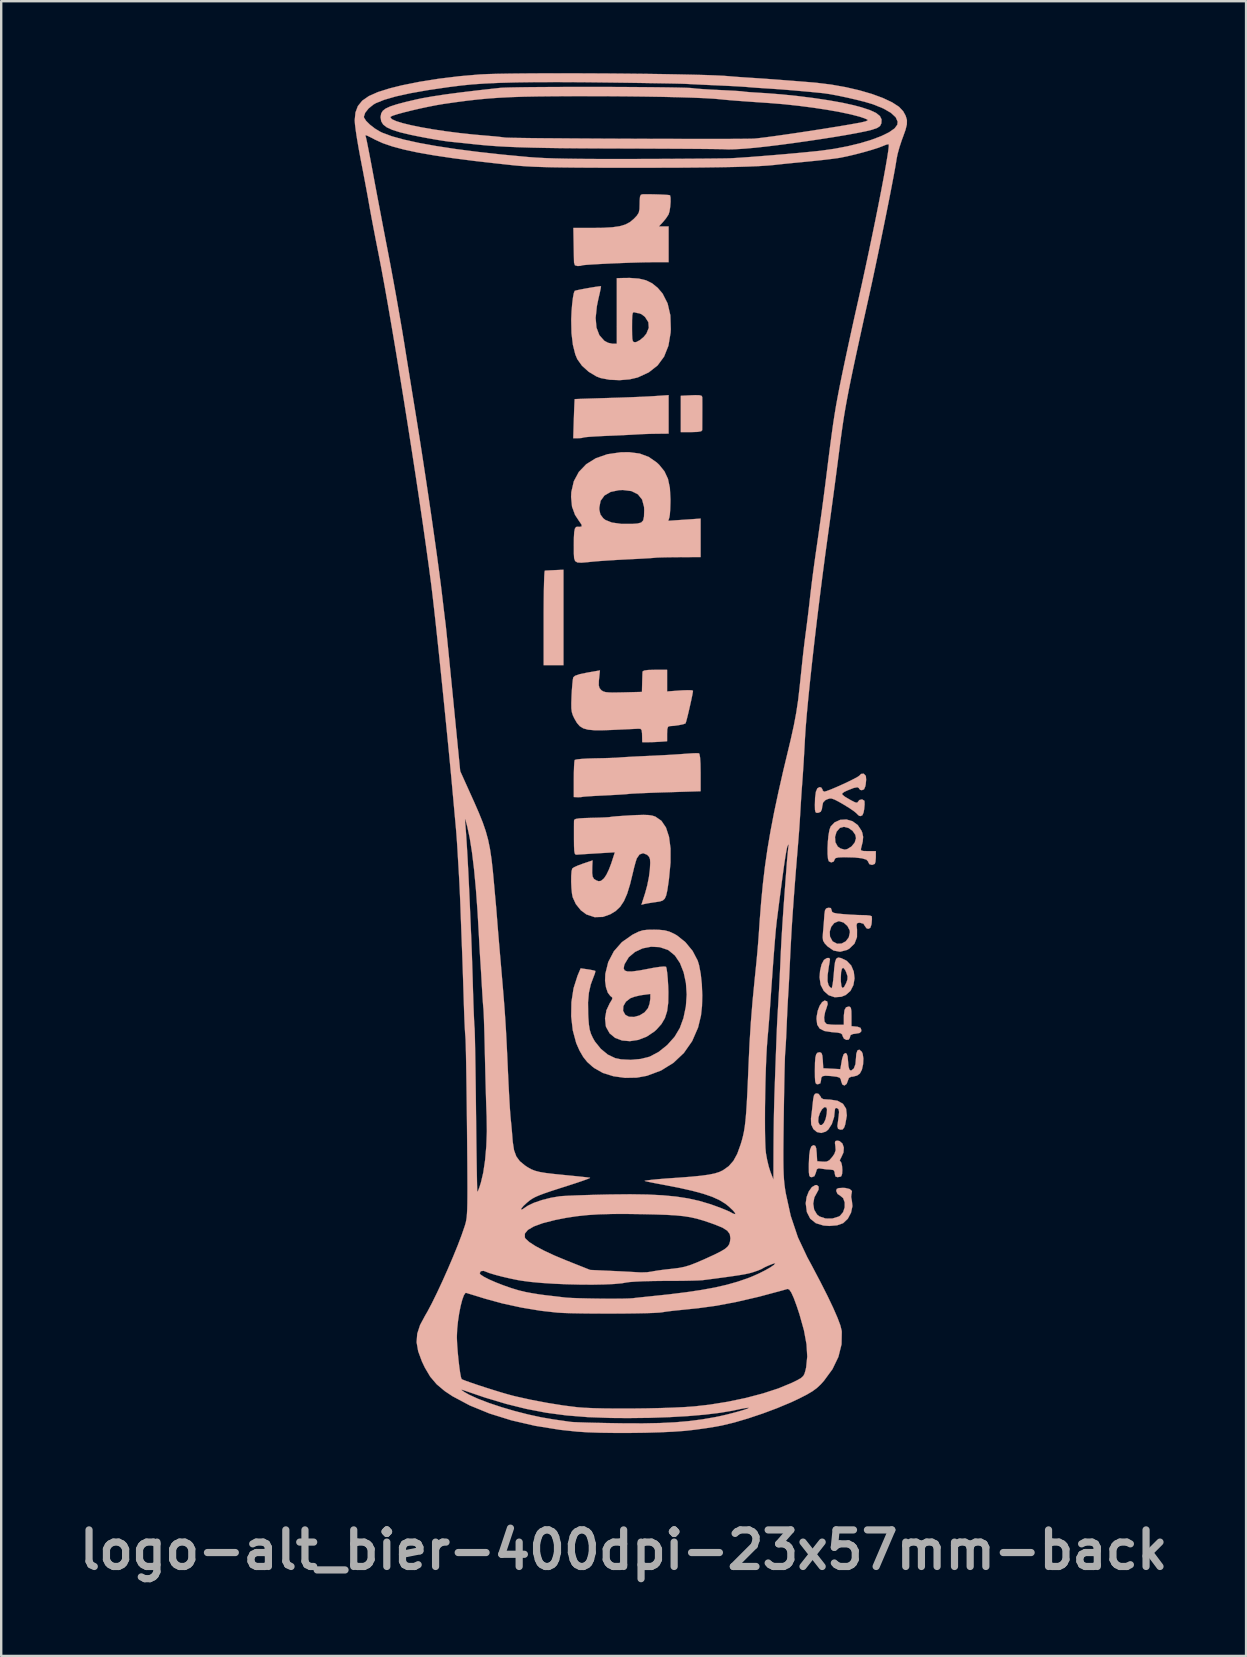
<source format=kicad_pcb>
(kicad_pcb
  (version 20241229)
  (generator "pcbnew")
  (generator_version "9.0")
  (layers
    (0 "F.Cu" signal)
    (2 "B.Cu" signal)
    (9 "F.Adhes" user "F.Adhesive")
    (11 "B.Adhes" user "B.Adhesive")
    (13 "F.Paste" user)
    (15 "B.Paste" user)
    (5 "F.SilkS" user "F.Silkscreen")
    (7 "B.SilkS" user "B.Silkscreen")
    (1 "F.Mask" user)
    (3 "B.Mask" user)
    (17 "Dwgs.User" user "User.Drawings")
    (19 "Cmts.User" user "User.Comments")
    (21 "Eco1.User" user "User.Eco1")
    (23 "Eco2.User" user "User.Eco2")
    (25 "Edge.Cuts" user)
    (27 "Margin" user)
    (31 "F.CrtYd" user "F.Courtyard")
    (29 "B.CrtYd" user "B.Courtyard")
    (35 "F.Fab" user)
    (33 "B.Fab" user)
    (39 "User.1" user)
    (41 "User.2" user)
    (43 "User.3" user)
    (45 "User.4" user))
  (footprint "logo-alt_bier-400dpi-23x57mm-back"
    (layer "F.Cu")
    (at 22.965 29.218)
    (property "Reference" "logo-alt_bier-400dpi-23x57mm-back" (at -0.025 32.325 0) (layer "F.Fab") (effects (font (size 1.524 1.524) (thickness 0.3))))
    (attr through_hole)
    (fp_poly (pts (xy -2.898 -8.508) (xy -3.104 -8.498) (xy -3.257 -8.49) (xy -3.31 -8.486) (xy -3.322 -8.424) (xy -3.333 -8.25) (xy -3.342 -7.98) (xy -3.35 -7.629) (xy -3.355 -7.212) (xy -3.358 -6.744) (xy -3.358 -6.513) (xy -3.358 -4.545) (xy -2.533 -4.545) (xy -2.533 -8.524) (xy -2.898 -8.508)) (stroke (width 0.01) (type solid)) (fill yes) (layer "B.SilkS"))
    (fp_poly (pts (xy 2.802 -15.795) (xy 2.357 -15.774) (xy 2.357 -14.26) (xy 2.801 -14.26) (xy 3.061 -14.269) (xy 3.206 -14.296) (xy 3.248 -14.339) (xy 3.25 -14.467) (xy 3.251 -14.676) (xy 3.252 -14.932) (xy 3.253 -15.199) (xy 3.253 -15.443) (xy 3.252 -15.629) (xy 3.251 -15.72) (xy 3.225 -15.771) (xy 3.138 -15.796) (xy 2.964 -15.801) (xy 2.802 -15.795)) (stroke (width 0.01) (type solid)) (fill yes) (layer "B.SilkS"))
    (fp_poly (pts (xy 1.262 -15.761) (xy 1.014 -15.746) (xy 0.67 -15.73) (xy 0.26 -15.713) (xy -0.186 -15.697) (xy -0.636 -15.683) (xy -0.691 -15.681) (xy -1.093 -15.669) (xy -1.448 -15.658) (xy -1.74 -15.648) (xy -1.948 -15.64) (xy -2.055 -15.635) (xy -2.065 -15.634) (xy -2.07 -15.571) (xy -2.078 -15.405) (xy -2.088 -15.161) (xy -2.098 -14.862) (xy -2.1 -14.816) (xy -2.125 -14.006) (xy -1.927 -14.006) (xy -1.779 -14.014) (xy -1.699 -14.035) (xy -1.699 -14.035) (xy -1.628 -14.048) (xy -1.454 -14.064) (xy -1.198 -14.08) (xy -0.884 -14.097) (xy -0.72 -14.104) (xy -0.355 -14.119) (xy -0.008 -14.135) (xy 0.288 -14.15) (xy 0.501 -14.162) (xy 0.547 -14.165) (xy 0.775 -14.177) (xy 1.067 -14.187) (xy 1.357 -14.192) (xy 1.849 -14.197) (xy 1.849 -15.801) (xy 1.262 -15.761)) (stroke (width 0.01) (type solid)) (fill yes) (layer "B.SilkS"))
    (fp_poly (pts (xy 7.963 17.121) (xy 7.819 17.206) (xy 7.692 17.384) (xy 7.601 17.617) (xy 7.564 17.871) (xy 7.564 17.884) (xy 7.611 18.245) (xy 7.751 18.519) (xy 7.983 18.707) (xy 8.305 18.806) (xy 8.548 18.823) (xy 8.873 18.796) (xy 9.111 18.712) (xy 9.128 18.702) (xy 9.318 18.522) (xy 9.451 18.271) (xy 9.51 17.996) (xy 9.487 17.779) (xy 9.456 17.613) (xy 9.469 17.491) (xy 9.473 17.483) (xy 9.49 17.369) (xy 9.397 17.285) (xy 9.21 17.24) (xy 9.112 17.236) (xy 8.937 17.245) (xy 8.855 17.281) (xy 8.834 17.36) (xy 8.834 17.365) (xy 8.891 17.491) (xy 8.987 17.551) (xy 9.122 17.662) (xy 9.188 17.841) (xy 9.187 18.049) (xy 9.121 18.248) (xy 8.992 18.4) (xy 8.941 18.431) (xy 8.668 18.515) (xy 8.387 18.512) (xy 8.141 18.429) (xy 8.037 18.35) (xy 7.915 18.146) (xy 7.876 17.892) (xy 7.922 17.635) (xy 8.015 17.465) (xy 8.098 17.311) (xy 8.102 17.185) (xy 8.03 17.12) (xy 7.963 17.121)) (stroke (width 0.01) (type solid)) (fill yes) (layer "B.SilkS"))
    (fp_poly (pts (xy 8.244 9.497) (xy 8.144 9.646) (xy 8.064 9.855) (xy 8.019 10.1) (xy 8.013 10.196) (xy 8.042 10.436) (xy 8.147 10.599) (xy 8.345 10.699) (xy 8.649 10.746) (xy 8.663 10.747) (xy 8.89 10.766) (xy 9.02 10.794) (xy 9.081 10.843) (xy 9.1 10.909) (xy 9.157 11.018) (xy 9.257 11.07) (xy 9.355 11.057) (xy 9.405 10.973) (xy 9.405 10.958) (xy 9.433 10.869) (xy 9.535 10.824) (xy 9.644 10.81) (xy 9.806 10.782) (xy 9.873 10.722) (xy 9.882 10.664) (xy 9.849 10.569) (xy 9.729 10.523) (xy 9.675 10.517) (xy 9.469 10.497) (xy 9.469 10.088) (xy 9.465 9.865) (xy 9.446 9.742) (xy 9.405 9.689) (xy 9.349 9.68) (xy 9.243 9.713) (xy 9.18 9.826) (xy 9.154 10.037) (xy 9.152 10.161) (xy 9.152 10.441) (xy 8.839 10.441) (xy 8.634 10.434) (xy 8.472 10.415) (xy 8.426 10.403) (xy 8.348 10.31) (xy 8.33 10.135) (xy 8.371 9.907) (xy 8.423 9.761) (xy 8.48 9.576) (xy 8.459 9.47) (xy 8.453 9.463) (xy 8.351 9.428) (xy 8.244 9.497)) (stroke (width 0.01) (type solid)) (fill yes) (layer "B.SilkS"))
    (fp_poly (pts (xy 8.833 7.69) (xy 8.784 7.832) (xy 8.752 8.078) (xy 8.736 8.283) (xy 8.712 8.549) (xy 8.684 8.76) (xy 8.655 8.89) (xy 8.638 8.918) (xy 8.57 8.868) (xy 8.512 8.781) (xy 8.472 8.622) (xy 8.476 8.368) (xy 8.526 8.009) (xy 8.555 7.848) (xy 8.574 7.707) (xy 8.543 7.655) (xy 8.447 7.658) (xy 8.322 7.737) (xy 8.224 7.921) (xy 8.161 8.191) (xy 8.14 8.46) (xy 8.185 8.777) (xy 8.318 9.03) (xy 8.519 9.207) (xy 8.769 9.292) (xy 9.046 9.273) (xy 9.23 9.199) (xy 9.429 9.025) (xy 9.551 8.783) (xy 9.597 8.505) (xy 9.587 8.417) (xy 9.306 8.417) (xy 9.301 8.554) (xy 9.251 8.695) (xy 9.163 8.864) (xy 9.096 8.909) (xy 9.05 8.831) (xy 9.027 8.631) (xy 9.024 8.508) (xy 9.037 8.246) (xy 9.074 8.097) (xy 9.131 8.065) (xy 9.206 8.155) (xy 9.249 8.246) (xy 9.306 8.417) (xy 9.587 8.417) (xy 9.566 8.224) (xy 9.46 7.971) (xy 9.278 7.78) (xy 9.217 7.744) (xy 9.037 7.66) (xy 8.914 7.637) (xy 8.833 7.69)) (stroke (width 0.01) (type solid)) (fill yes) (layer "B.SilkS"))
    (fp_poly (pts (xy 8.8 15.285) (xy 8.78 15.36) (xy 8.799 15.495) (xy 8.811 15.668) (xy 8.759 15.817) (xy 8.673 15.943) (xy 8.549 16.084) (xy 8.432 16.142) (xy 8.272 16.144) (xy 8.04 16.125) (xy 8.021 15.791) (xy 8.002 15.592) (xy 7.965 15.49) (xy 7.901 15.459) (xy 7.886 15.458) (xy 7.803 15.502) (xy 7.744 15.642) (xy 7.708 15.886) (xy 7.693 16.244) (xy 7.692 16.363) (xy 7.695 16.591) (xy 7.711 16.72) (xy 7.748 16.778) (xy 7.815 16.791) (xy 7.82 16.791) (xy 7.926 16.749) (xy 7.985 16.606) (xy 7.987 16.595) (xy 8.028 16.461) (xy 8.102 16.421) (xy 8.216 16.436) (xy 8.425 16.465) (xy 8.588 16.474) (xy 8.72 16.493) (xy 8.767 16.572) (xy 8.771 16.633) (xy 8.802 16.76) (xy 8.887 16.791) (xy 9.008 16.771) (xy 9.046 16.749) (xy 9.079 16.654) (xy 9.089 16.496) (xy 9.077 16.324) (xy 9.047 16.189) (xy 9.013 16.142) (xy 8.98 16.088) (xy 9.041 15.969) (xy 9.044 15.964) (xy 9.137 15.76) (xy 9.151 15.558) (xy 9.093 15.389) (xy 8.972 15.285) (xy 8.878 15.268) (xy 8.8 15.285)) (stroke (width 0.01) (type solid)) (fill yes) (layer "B.SilkS"))
    (fp_poly (pts (xy 0.777 -24.171) (xy 0.754 -24.17) (xy 0.691 -24.148) (xy 0.657 -24.07) (xy 0.644 -23.907) (xy 0.642 -23.778) (xy 0.636 -23.554) (xy 0.605 -23.406) (xy 0.53 -23.285) (xy 0.404 -23.151) (xy 0.241 -23.014) (xy 0.05 -22.912) (xy -0.188 -22.841) (xy -0.495 -22.797) (xy -0.89 -22.774) (xy -1.313 -22.769) (xy -2.12 -22.769) (xy -2.108 -22.118) (xy -2.103 -21.828) (xy -2.098 -21.573) (xy -2.094 -21.389) (xy -2.092 -21.324) (xy -2.054 -21.211) (xy -1.94 -21.181) (xy -1.814 -21.191) (xy -1.765 -21.207) (xy -1.694 -21.22) (xy -1.517 -21.235) (xy -1.255 -21.252) (xy -0.928 -21.27) (xy -0.559 -21.288) (xy -0.167 -21.304) (xy 0.226 -21.319) (xy 0.599 -21.33) (xy 0.932 -21.338) (xy 1.198 -21.34) (xy 1.849 -21.34) (xy 1.849 -22.832) (xy 1.444 -22.832) (xy 1.607 -23.007) (xy 1.74 -23.168) (xy 1.843 -23.324) (xy 1.848 -23.333) (xy 1.887 -23.462) (xy 1.916 -23.651) (xy 1.932 -23.855) (xy 1.93 -24.029) (xy 1.909 -24.127) (xy 1.906 -24.13) (xy 1.837 -24.142) (xy 1.674 -24.153) (xy 1.453 -24.163) (xy 1.207 -24.17) (xy 0.971 -24.173) (xy 0.777 -24.171)) (stroke (width 0.01) (type solid)) (fill yes) (layer "B.SilkS"))
    (fp_poly (pts (xy 2.838 -0.874) (xy 2.599 -0.858) (xy 2.534 -0.853) (xy 2.285 -0.835) (xy 1.948 -0.813) (xy 1.559 -0.792) (xy 1.156 -0.772) (xy 1 -0.765) (xy 0.637 -0.748) (xy 0.305 -0.732) (xy 0.032 -0.716) (xy -0.156 -0.704) (xy -0.215 -0.698) (xy -0.351 -0.689) (xy -0.582 -0.68) (xy -0.876 -0.671) (xy -1.202 -0.665) (xy -1.217 -0.665) (xy -1.525 -0.656) (xy -1.786 -0.64) (xy -1.973 -0.62) (xy -2.062 -0.597) (xy -2.065 -0.594) (xy -2.079 -0.51) (xy -2.091 -0.327) (xy -2.099 -0.072) (xy -2.102 0.207) (xy -2.102 0.948) (xy -1.937 0.955) (xy -1.808 0.953) (xy -1.754 0.943) (xy -1.688 0.933) (xy -1.518 0.92) (xy -1.267 0.904) (xy -0.96 0.888) (xy -0.848 0.883) (xy -0.512 0.866) (xy -0.211 0.849) (xy 0.028 0.833) (xy 0.175 0.82) (xy 0.195 0.817) (xy 0.303 0.808) (xy 0.516 0.797) (xy 0.816 0.784) (xy 1.179 0.769) (xy 1.587 0.755) (xy 1.767 0.75) (xy 3.183 0.706) (xy 3.183 -0.072) (xy 3.177 -0.444) (xy 3.16 -0.704) (xy 3.133 -0.847) (xy 3.113 -0.874) (xy 3.021 -0.88) (xy 2.838 -0.874)) (stroke (width 0.01) (type solid)) (fill yes) (layer "B.SilkS"))
    (fp_poly (pts (xy 7.951 13.316) (xy 7.906 13.387) (xy 7.875 13.538) (xy 7.858 13.696) (xy 7.83 13.958) (xy 7.8 14.212) (xy 7.782 14.347) (xy 7.791 14.594) (xy 7.882 14.786) (xy 8.03 14.91) (xy 8.211 14.949) (xy 8.402 14.889) (xy 8.507 14.801) (xy 8.652 14.574) (xy 8.746 14.282) (xy 8.771 14.048) (xy 8.781 13.974) (xy 8.45 13.974) (xy 8.438 14.149) (xy 8.437 14.156) (xy 8.391 14.373) (xy 8.317 14.532) (xy 8.232 14.617) (xy 8.153 14.616) (xy 8.095 14.514) (xy 8.084 14.459) (xy 8.095 14.298) (xy 8.154 14.118) (xy 8.24 13.963) (xy 8.334 13.877) (xy 8.363 13.87) (xy 8.427 13.891) (xy 8.45 13.974) (xy 8.781 13.974) (xy 8.788 13.926) (xy 8.85 13.906) (xy 8.873 13.914) (xy 8.935 13.965) (xy 8.953 14.074) (xy 8.937 14.245) (xy 8.91 14.452) (xy 8.887 14.622) (xy 8.882 14.664) (xy 8.911 14.774) (xy 9.005 14.811) (xy 9.103 14.801) (xy 9.169 14.714) (xy 9.211 14.589) (xy 9.276 14.222) (xy 9.245 13.937) (xy 9.115 13.732) (xy 8.886 13.605) (xy 8.555 13.554) (xy 8.483 13.553) (xy 8.302 13.54) (xy 8.211 13.492) (xy 8.181 13.426) (xy 8.099 13.32) (xy 8.022 13.299) (xy 7.951 13.316)) (stroke (width 0.01) (type solid)) (fill yes) (layer "B.SilkS"))
    (fp_poly (pts (xy 9.718 11.51) (xy 9.67 11.652) (xy 9.659 11.815) (xy 9.635 12.082) (xy 9.566 12.264) (xy 9.461 12.344) (xy 9.438 12.347) (xy 9.381 12.304) (xy 9.345 12.165) (xy 9.329 11.981) (xy 9.309 11.762) (xy 9.271 11.647) (xy 9.215 11.616) (xy 9.143 11.67) (xy 9.085 11.839) (xy 9.063 11.953) (xy 9.006 12.289) (xy 8.65 12.27) (xy 8.294 12.251) (xy 8.275 11.918) (xy 8.256 11.719) (xy 8.22 11.617) (xy 8.156 11.585) (xy 8.139 11.585) (xy 8.056 11.602) (xy 8 11.668) (xy 7.966 11.803) (xy 7.949 12.025) (xy 7.945 12.352) (xy 7.947 12.622) (xy 7.957 12.789) (xy 7.981 12.878) (xy 8.023 12.913) (xy 8.072 12.918) (xy 8.172 12.88) (xy 8.199 12.763) (xy 8.211 12.646) (xy 8.264 12.582) (xy 8.384 12.562) (xy 8.597 12.574) (xy 8.66 12.581) (xy 8.865 12.607) (xy 8.975 12.644) (xy 9.023 12.708) (xy 9.037 12.783) (xy 9.09 12.93) (xy 9.179 12.97) (xy 9.268 12.903) (xy 9.309 12.795) (xy 9.362 12.655) (xy 9.461 12.604) (xy 9.528 12.601) (xy 9.703 12.555) (xy 9.819 12.473) (xy 9.904 12.312) (xy 9.954 12.087) (xy 9.966 11.847) (xy 9.936 11.643) (xy 9.896 11.559) (xy 9.796 11.476) (xy 9.718 11.51)) (stroke (width 0.01) (type solid)) (fill yes) (layer "B.SilkS"))
    (fp_poly (pts (xy 8.999 1.899) (xy 8.764 2.007) (xy 8.602 2.178) (xy 8.553 2.313) (xy 8.514 2.53) (xy 8.487 2.794) (xy 8.473 3.072) (xy 8.474 3.327) (xy 8.492 3.525) (xy 8.527 3.627) (xy 8.628 3.674) (xy 8.73 3.636) (xy 8.771 3.545) (xy 8.805 3.494) (xy 8.924 3.466) (xy 9.146 3.457) (xy 9.174 3.457) (xy 9.599 3.467) (xy 9.903 3.501) (xy 10.09 3.557) (xy 10.166 3.638) (xy 10.168 3.656) (xy 10.217 3.746) (xy 10.328 3.778) (xy 10.439 3.735) (xy 10.443 3.732) (xy 10.47 3.646) (xy 10.484 3.487) (xy 10.485 3.446) (xy 10.485 3.203) (xy 10.16 3.203) (xy 9.971 3.198) (xy 9.88 3.177) (xy 9.861 3.124) (xy 9.876 3.06) (xy 9.94 2.8) (xy 9.951 2.663) (xy 9.659 2.663) (xy 9.605 2.845) (xy 9.468 3.011) (xy 9.291 3.119) (xy 9.186 3.139) (xy 9.019 3.095) (xy 8.898 3.012) (xy 8.799 2.832) (xy 8.784 2.611) (xy 8.848 2.396) (xy 8.984 2.237) (xy 8.986 2.235) (xy 9.157 2.189) (xy 9.344 2.236) (xy 9.514 2.354) (xy 9.629 2.52) (xy 9.659 2.663) (xy 9.951 2.663) (xy 9.956 2.611) (xy 9.924 2.447) (xy 9.891 2.358) (xy 9.733 2.117) (xy 9.513 1.957) (xy 9.258 1.883) (xy 8.999 1.899)) (stroke (width 0.01) (type solid)) (fill yes) (layer "B.SilkS"))
    (fp_poly (pts (xy 8.413 5.593) (xy 8.366 5.673) (xy 8.342 5.837) (xy 8.338 5.901) (xy 8.32 6.158) (xy 8.296 6.45) (xy 8.284 6.584) (xy 8.27 6.796) (xy 8.287 6.932) (xy 8.351 7.043) (xy 8.472 7.172) (xy 8.723 7.346) (xy 8.995 7.396) (xy 9.279 7.322) (xy 9.383 7.264) (xy 9.595 7.059) (xy 9.7 6.787) (xy 9.701 6.584) (xy 9.405 6.584) (xy 9.357 6.8) (xy 9.231 6.962) (xy 9.059 7.054) (xy 8.871 7.062) (xy 8.697 6.971) (xy 8.673 6.946) (xy 8.575 6.762) (xy 8.564 6.553) (xy 8.627 6.353) (xy 8.751 6.199) (xy 8.924 6.125) (xy 8.959 6.123) (xy 9.141 6.179) (xy 9.3 6.32) (xy 9.395 6.502) (xy 9.405 6.584) (xy 9.701 6.584) (xy 9.701 6.471) (xy 9.682 6.297) (xy 9.698 6.214) (xy 9.764 6.189) (xy 9.825 6.187) (xy 9.972 6.23) (xy 10.022 6.314) (xy 10.096 6.417) (xy 10.168 6.441) (xy 10.253 6.401) (xy 10.301 6.266) (xy 10.31 6.203) (xy 10.323 6.036) (xy 10.317 5.927) (xy 10.314 5.917) (xy 10.24 5.89) (xy 10.081 5.873) (xy 9.951 5.87) (xy 9.712 5.864) (xy 9.413 5.849) (xy 9.129 5.828) (xy 8.881 5.804) (xy 8.734 5.775) (xy 8.664 5.735) (xy 8.644 5.675) (xy 8.643 5.665) (xy 8.61 5.574) (xy 8.501 5.563) (xy 8.413 5.593)) (stroke (width 0.01) (type solid)) (fill yes) (layer "B.SilkS"))
    (fp_poly (pts (xy 9.869 -0.014) (xy 9.806 0.051) (xy 9.733 0.104) (xy 9.571 0.192) (xy 9.349 0.303) (xy 9.095 0.422) (xy 8.837 0.537) (xy 8.604 0.635) (xy 8.425 0.702) (xy 8.33 0.726) (xy 8.27 0.675) (xy 8.262 0.631) (xy 8.21 0.552) (xy 8.143 0.535) (xy 8.05 0.582) (xy 7.987 0.728) (xy 7.953 0.983) (xy 7.945 1.278) (xy 7.949 1.476) (xy 7.97 1.576) (xy 8.021 1.608) (xy 8.088 1.604) (xy 8.189 1.562) (xy 8.238 1.45) (xy 8.25 1.351) (xy 8.286 1.179) (xy 8.379 1.08) (xy 8.455 1.043) (xy 8.551 1.012) (xy 8.645 1.012) (xy 8.766 1.054) (xy 8.943 1.145) (xy 9.155 1.268) (xy 9.384 1.409) (xy 9.568 1.535) (xy 9.681 1.627) (xy 9.704 1.656) (xy 9.787 1.73) (xy 9.848 1.742) (xy 9.925 1.708) (xy 9.975 1.589) (xy 10 1.45) (xy 10.017 1.263) (xy 10.013 1.13) (xy 10.005 1.1) (xy 9.911 1.046) (xy 9.799 1.073) (xy 9.746 1.138) (xy 9.707 1.183) (xy 9.624 1.171) (xy 9.471 1.095) (xy 9.415 1.064) (xy 9.202 0.939) (xy 9.094 0.855) (xy 9.086 0.793) (xy 9.173 0.732) (xy 9.312 0.668) (xy 9.565 0.569) (xy 9.72 0.54) (xy 9.784 0.579) (xy 9.787 0.599) (xy 9.839 0.652) (xy 9.905 0.662) (xy 9.993 0.627) (xy 10.047 0.501) (xy 10.064 0.414) (xy 10.081 0.227) (xy 10.071 0.084) (xy 10.065 0.064) (xy 9.981 -0.025) (xy 9.869 -0.014)) (stroke (width 0.01) (type solid)) (fill yes) (layer "B.SilkS"))
    (fp_poly (pts (xy 0.997 -4.347) (xy 0.83 -4.324) (xy 0.765 -4.283) (xy 0.763 -4.275) (xy 0.758 -4.172) (xy 0.752 -3.986) (xy 0.747 -3.814) (xy 0.738 -3.433) (xy -0.046 -3.413) (xy -0.382 -3.407) (xy -0.616 -3.409) (xy -0.772 -3.423) (xy -0.873 -3.452) (xy -0.945 -3.497) (xy -0.958 -3.508) (xy -1.032 -3.596) (xy -1.062 -3.709) (xy -1.058 -3.89) (xy -1.05 -3.976) (xy -1.013 -4.329) (xy -1.548 -4.236) (xy -1.859 -4.171) (xy -2.049 -4.105) (xy -2.123 -4.042) (xy -2.143 -3.939) (xy -2.164 -3.741) (xy -2.184 -3.479) (xy -2.195 -3.275) (xy -2.206 -2.966) (xy -2.204 -2.75) (xy -2.184 -2.593) (xy -2.143 -2.461) (xy -2.077 -2.322) (xy -1.97 -2.139) (xy -1.853 -2.005) (xy -1.706 -1.914) (xy -1.508 -1.859) (xy -1.239 -1.835) (xy -0.88 -1.835) (xy -0.532 -1.847) (xy -0.185 -1.863) (xy 0.129 -1.877) (xy 0.38 -1.889) (xy 0.543 -1.897) (xy 0.579 -1.899) (xy 0.677 -1.894) (xy 0.725 -1.84) (xy 0.742 -1.704) (xy 0.744 -1.623) (xy 0.75 -1.338) (xy 0.998 -1.337) (xy 1.234 -1.342) (xy 1.485 -1.355) (xy 1.516 -1.357) (xy 1.786 -1.377) (xy 1.786 -1.691) (xy 1.794 -1.883) (xy 1.826 -1.979) (xy 1.891 -2.007) (xy 1.897 -2.007) (xy 2.082 -2.02) (xy 2.282 -2.049) (xy 2.453 -2.084) (xy 2.549 -2.118) (xy 2.553 -2.122) (xy 2.579 -2.194) (xy 2.623 -2.358) (xy 2.678 -2.583) (xy 2.736 -2.836) (xy 2.792 -3.086) (xy 2.836 -3.299) (xy 2.862 -3.444) (xy 2.865 -3.483) (xy 2.807 -3.501) (xy 2.651 -3.506) (xy 2.426 -3.499) (xy 2.325 -3.492) (xy 1.786 -3.452) (xy 1.786 -4.354) (xy 1.278 -4.354) (xy 0.997 -4.347)) (stroke (width 0.01) (type solid)) (fill yes) (layer "B.SilkS"))
    (fp_poly (pts (xy -0.104 -20.681) (xy -0.31 -20.674) (xy -0.31 -17.943) (xy -0.492 -17.943) (xy -0.675 -17.983) (xy -0.833 -18.068) (xy -1.039 -18.303) (xy -1.158 -18.618) (xy -1.192 -19.018) (xy -1.141 -19.506) (xy -1.077 -19.816) (xy -1.022 -20.051) (xy -0.985 -20.232) (xy -0.969 -20.33) (xy -0.97 -20.339) (xy -1.035 -20.336) (xy -1.19 -20.315) (xy -1.398 -20.281) (xy -1.625 -20.241) (xy -1.835 -20.201) (xy -1.994 -20.167) (xy -2.065 -20.146) (xy -2.065 -20.146) (xy -2.102 -20.052) (xy -2.138 -19.859) (xy -2.17 -19.596) (xy -2.195 -19.29) (xy -2.209 -18.971) (xy -2.21 -18.933) (xy -2.198 -18.385) (xy -2.14 -17.899) (xy -2.039 -17.497) (xy -1.958 -17.302) (xy -1.761 -17.026) (xy -1.481 -16.774) (xy -1.161 -16.581) (xy -0.984 -16.513) (xy -0.612 -16.442) (xy -0.19 -16.425) (xy 0.226 -16.459) (xy 0.56 -16.537) (xy 1.024 -16.751) (xy 1.39 -17.039) (xy 1.661 -17.407) (xy 1.841 -17.86) (xy 1.932 -18.401) (xy 1.941 -18.547) (xy 1.939 -18.605) (xy 1.023 -18.605) (xy 0.924 -18.363) (xy 0.808 -18.222) (xy 0.652 -18.093) (xy 0.508 -18.016) (xy 0.458 -18.006) (xy 0.398 -18.014) (xy 0.359 -18.051) (xy 0.337 -18.142) (xy 0.328 -18.308) (xy 0.325 -18.573) (xy 0.325 -18.648) (xy 0.327 -18.94) (xy 0.336 -19.125) (xy 0.356 -19.224) (xy 0.389 -19.258) (xy 0.425 -19.252) (xy 0.571 -19.217) (xy 0.619 -19.213) (xy 0.724 -19.171) (xy 0.856 -19.069) (xy 0.868 -19.057) (xy 1.005 -18.842) (xy 1.023 -18.605) (xy 1.939 -18.605) (xy 1.922 -19.127) (xy 1.807 -19.623) (xy 1.598 -20.034) (xy 1.394 -20.273) (xy 1.164 -20.459) (xy 0.911 -20.585) (xy 0.607 -20.658) (xy 0.227 -20.685) (xy -0.104 -20.681)) (stroke (width 0.01) (type solid)) (fill yes) (layer "B.SilkS"))
    (fp_poly (pts (xy -0.145 -13.419) (xy -0.704 -13.338) (xy -1.186 -13.17) (xy -1.584 -12.922) (xy -1.892 -12.601) (xy -2.101 -12.212) (xy -2.205 -11.763) (xy -2.215 -11.559) (xy -2.176 -11.155) (xy -2.051 -10.811) (xy -1.887 -10.561) (xy -1.782 -10.409) (xy -1.772 -10.331) (xy -1.86 -10.31) (xy -1.94 -10.317) (xy -2.009 -10.305) (xy -2.056 -10.237) (xy -2.085 -10.095) (xy -2.098 -9.863) (xy -2.101 -9.521) (xy -2.1 -9.506) (xy -2.1 -9.208) (xy -2.089 -9.006) (xy -2.046 -8.885) (xy -1.952 -8.828) (xy -1.785 -8.818) (xy -1.526 -8.84) (xy -1.294 -8.864) (xy -1.043 -8.885) (xy -0.703 -8.909) (xy -0.316 -8.933) (xy 0.081 -8.954) (xy 0.198 -8.96) (xy 0.545 -8.977) (xy 0.85 -8.994) (xy 1.091 -9.008) (xy 1.242 -9.02) (xy 1.278 -9.024) (xy 1.373 -9.032) (xy 1.57 -9.038) (xy 1.842 -9.044) (xy 2.163 -9.047) (xy 2.278 -9.048) (xy 3.183 -9.053) (xy 3.183 -10.656) (xy 1.836 -10.564) (xy 1.881 -10.705) (xy 1.901 -10.829) (xy 1.914 -11.009) (xy 0.832 -11.009) (xy 0.824 -10.744) (xy 0.789 -10.579) (xy 0.704 -10.49) (xy 0.55 -10.45) (xy 0.366 -10.437) (xy -0.131 -10.437) (xy -0.515 -10.491) (xy -0.785 -10.598) (xy -0.876 -10.67) (xy -0.993 -10.827) (xy -1.037 -11.019) (xy -1.04 -11.112) (xy -0.985 -11.397) (xy -0.826 -11.617) (xy -0.569 -11.767) (xy -0.221 -11.84) (xy -0.055 -11.847) (xy 0.302 -11.802) (xy 0.569 -11.668) (xy 0.745 -11.448) (xy 0.826 -11.142) (xy 0.832 -11.009) (xy 1.914 -11.009) (xy 1.916 -11.043) (xy 1.925 -11.312) (xy 1.927 -11.461) (xy 1.902 -11.933) (xy 1.822 -12.313) (xy 1.675 -12.627) (xy 1.453 -12.901) (xy 1.354 -12.994) (xy 1.022 -13.225) (xy 0.644 -13.366) (xy 0.199 -13.424) (xy -0.145 -13.419)) (stroke (width 0.01) (type solid)) (fill yes) (layer "B.SilkS"))
    (fp_poly (pts (xy 0.508 1.7) (xy 0.266 1.712) (xy -0.039 1.731) (xy -0.297 1.749) (xy -0.481 1.765) (xy -0.567 1.777) (xy -0.569 1.778) (xy -0.644 1.788) (xy -0.818 1.798) (xy -1.067 1.808) (xy -1.347 1.815) (xy -1.67 1.825) (xy -1.887 1.839) (xy -2.016 1.86) (xy -2.078 1.892) (xy -2.092 1.929) (xy -2.094 2.031) (xy -2.095 2.229) (xy -2.095 2.49) (xy -2.095 2.695) (xy -2.092 2.993) (xy -2.083 3.186) (xy -2.064 3.296) (xy -2.031 3.343) (xy -1.981 3.35) (xy -1.981 3.35) (xy -1.876 3.342) (xy -1.674 3.329) (xy -1.405 3.312) (xy -1.13 3.295) (xy -0.391 3.251) (xy -0.543 3.719) (xy -0.638 3.968) (xy -0.744 4.188) (xy -0.841 4.333) (xy -0.849 4.341) (xy -0.969 4.442) (xy -1.071 4.456) (xy -1.164 4.422) (xy -1.261 4.361) (xy -1.316 4.267) (xy -1.337 4.112) (xy -1.333 3.864) (xy -1.332 3.825) (xy -1.32 3.59) (xy -1.72 3.724) (xy -1.931 3.802) (xy -2.093 3.876) (xy -2.166 3.927) (xy -2.195 4.037) (xy -2.21 4.235) (xy -2.212 4.482) (xy -2.2 4.742) (xy -2.177 4.975) (xy -2.149 5.121) (xy -2.017 5.409) (xy -1.809 5.668) (xy -1.579 5.839) (xy -1.236 5.954) (xy -0.89 5.944) (xy -0.58 5.834) (xy -0.354 5.696) (xy -0.169 5.52) (xy -0.014 5.287) (xy 0.121 4.98) (xy 0.244 4.58) (xy 0.355 4.123) (xy 0.415 3.873) (xy 0.476 3.65) (xy 0.523 3.506) (xy 0.637 3.342) (xy 0.787 3.288) (xy 0.95 3.353) (xy 0.972 3.371) (xy 1.039 3.446) (xy 1.074 3.54) (xy 1.083 3.689) (xy 1.071 3.926) (xy 1.069 3.965) (xy 1.03 4.274) (xy 0.96 4.625) (xy 0.875 4.939) (xy 0.716 5.436) (xy 0.854 5.402) (xy 0.996 5.375) (xy 1.205 5.342) (xy 1.33 5.324) (xy 1.492 5.299) (xy 1.608 5.258) (xy 1.69 5.181) (xy 1.748 5.048) (xy 1.795 4.838) (xy 1.841 4.532) (xy 1.864 4.363) (xy 1.929 3.68) (xy 1.93 3.092) (xy 1.866 2.604) (xy 1.739 2.218) (xy 1.548 1.937) (xy 1.297 1.764) (xy 1.17 1.723) (xy 1.014 1.699) (xy 0.802 1.692) (xy 0.508 1.7)) (stroke (width 0.01) (type solid)) (fill yes) (layer "B.SilkS"))
    (fp_poly (pts (xy 0.973 6.48) (xy 0.775 6.503) (xy 0.599 6.559) (xy 0.394 6.66) (xy 0.336 6.691) (xy -0.095 6.993) (xy -0.432 7.376) (xy -0.667 7.827) (xy -0.788 8.316) (xy -0.799 8.602) (xy -0.761 8.876) (xy -0.685 9.101) (xy -0.579 9.24) (xy -0.57 9.246) (xy -0.502 9.3) (xy -0.498 9.363) (xy -0.562 9.476) (xy -0.601 9.535) (xy -0.741 9.834) (xy -0.8 10.171) (xy -0.768 10.492) (xy -0.756 10.533) (xy -0.608 10.798) (xy -0.38 10.985) (xy -0.092 11.094) (xy 0.236 11.122) (xy 0.584 11.07) (xy 0.931 10.936) (xy 1.256 10.719) (xy 1.349 10.635) (xy 1.551 10.408) (xy 1.695 10.162) (xy 1.787 9.873) (xy 1.833 9.52) (xy 1.836 9.357) (xy 1.087 9.357) (xy 1.056 9.562) (xy 0.988 9.751) (xy 0.844 9.924) (xy 0.64 10.049) (xy 0.412 10.113) (xy 0.198 10.106) (xy 0.044 10.024) (xy -0.049 9.854) (xy -0.036 9.66) (xy 0.071 9.475) (xy 0.253 9.334) (xy 0.424 9.271) (xy 0.651 9.216) (xy 0.76 9.199) (xy 1.087 9.155) (xy 1.087 9.357) (xy 1.836 9.357) (xy 1.84 9.077) (xy 1.832 8.833) (xy 1.814 8.533) (xy 1.791 8.281) (xy 1.765 8.101) (xy 1.742 8.023) (xy 1.659 8.011) (xy 1.48 8.026) (xy 1.231 8.063) (xy 1.054 8.097) (xy 0.642 8.175) (xy 0.34 8.216) (xy 0.137 8.218) (xy 0.02 8.179) (xy -0.023 8.096) (xy -0.003 7.967) (xy 0.017 7.907) (xy 0.188 7.624) (xy 0.447 7.404) (xy 0.766 7.255) (xy 1.119 7.186) (xy 1.478 7.204) (xy 1.816 7.318) (xy 1.848 7.335) (xy 2.112 7.552) (xy 2.322 7.866) (xy 2.476 8.255) (xy 2.571 8.699) (xy 2.603 9.179) (xy 2.569 9.673) (xy 2.467 10.162) (xy 2.317 10.574) (xy 2.098 10.941) (xy 1.791 11.284) (xy 1.433 11.571) (xy 1.06 11.768) (xy 1.055 11.77) (xy 0.688 11.863) (xy 0.273 11.901) (xy -0.133 11.88) (xy -0.382 11.828) (xy -0.686 11.682) (xy -0.977 11.441) (xy -1.223 11.136) (xy -1.307 10.99) (xy -1.387 10.816) (xy -1.44 10.641) (xy -1.474 10.428) (xy -1.496 10.141) (xy -1.503 9.983) (xy -1.509 9.503) (xy -1.474 9.107) (xy -1.395 8.758) (xy -1.283 8.456) (xy -1.224 8.303) (xy -1.202 8.207) (xy -1.205 8.195) (xy -1.278 8.173) (xy -1.433 8.143) (xy -1.523 8.129) (xy -1.816 8.087) (xy -1.945 8.391) (xy -2.112 8.916) (xy -2.201 9.492) (xy -2.211 10.087) (xy -2.145 10.667) (xy -2.002 11.2) (xy -1.868 11.506) (xy -1.709 11.781) (xy -1.544 11.988) (xy -1.33 12.18) (xy -1.249 12.243) (xy -0.888 12.447) (xy -0.45 12.584) (xy 0.032 12.651) (xy 0.525 12.642) (xy 0.943 12.566) (xy 1.535 12.345) (xy 2.052 12.024) (xy 2.486 11.613) (xy 2.831 11.12) (xy 3.077 10.554) (xy 3.198 10.053) (xy 3.241 9.657) (xy 3.252 9.212) (xy 3.234 8.754) (xy 3.188 8.321) (xy 3.118 7.952) (xy 3.061 7.765) (xy 2.849 7.361) (xy 2.55 6.998) (xy 2.195 6.714) (xy 2.079 6.648) (xy 1.877 6.556) (xy 1.682 6.504) (xy 1.443 6.481) (xy 1.246 6.476) (xy 0.973 6.48)) (stroke (width 0.01) (type solid)) (fill yes) (layer "B.SilkS"))
    (fp_poly (pts (xy -2.3 -28.645) (xy -2.896 -28.643) (xy -3.452 -28.64) (xy -3.956 -28.636) (xy -4.393 -28.63) (xy -4.75 -28.623) (xy -5.013 -28.615) (xy -5.168 -28.606) (xy -6.051 -28.508) (xy -6.812 -28.417) (xy -7.457 -28.332) (xy -7.991 -28.251) (xy -8.42 -28.175) (xy -8.628 -28.132) (xy -9.109 -28.019) (xy -9.479 -27.921) (xy -9.752 -27.832) (xy -9.942 -27.744) (xy -10.062 -27.65) (xy -10.127 -27.543) (xy -10.151 -27.417) (xy -10.152 -27.373) (xy -10.128 -27.214) (xy -10.047 -27.079) (xy -9.896 -26.962) (xy -9.663 -26.855) (xy -9.336 -26.753) (xy -8.902 -26.65) (xy -8.585 -26.585) (xy -8.219 -26.515) (xy -7.861 -26.452) (xy -7.549 -26.401) (xy -7.315 -26.368) (xy -7.263 -26.363) (xy -7.021 -26.338) (xy -6.708 -26.306) (xy -6.381 -26.271) (xy -6.279 -26.26) (xy -5.941 -26.226) (xy -5.592 -26.196) (xy -5.22 -26.17) (xy -4.815 -26.149) (xy -4.364 -26.131) (xy -3.857 -26.116) (xy -3.281 -26.104) (xy -2.627 -26.094) (xy -1.881 -26.087) (xy -1.032 -26.082) (xy -0.071 -26.079) (xy 0.097 -26.078) (xy 0.801 -26.076) (xy 1.47 -26.073) (xy 2.092 -26.07) (xy 2.656 -26.067) (xy 3.151 -26.063) (xy 3.566 -26.059) (xy 3.89 -26.055) (xy 4.111 -26.051) (xy 4.218 -26.046) (xy 4.225 -26.046) (xy 4.34 -26.041) (xy 4.55 -26.046) (xy 4.822 -26.06) (xy 5.056 -26.076) (xy 5.46 -26.112) (xy 5.938 -26.164) (xy 6.47 -26.229) (xy 7.037 -26.304) (xy 7.618 -26.386) (xy 8.195 -26.472) (xy 8.747 -26.558) (xy 9.254 -26.643) (xy 9.698 -26.724) (xy 10.057 -26.796) (xy 10.313 -26.858) (xy 10.341 -26.866) (xy 10.548 -26.939) (xy 10.661 -27.018) (xy 10.714 -27.125) (xy 10.716 -27.131) (xy 10.722 -27.251) (xy 10.146 -27.251) (xy 10.066 -27.213) (xy 9.951 -27.184) (xy 9.729 -27.139) (xy 9.417 -27.083) (xy 9.034 -27.018) (xy 8.597 -26.947) (xy 8.125 -26.872) (xy 7.636 -26.796) (xy 7.147 -26.722) (xy 6.678 -26.654) (xy 6.246 -26.593) (xy 5.869 -26.543) (xy 5.565 -26.506) (xy 5.437 -26.493) (xy 5.322 -26.488) (xy 5.094 -26.484) (xy 4.765 -26.481) (xy 4.347 -26.479) (xy 3.851 -26.478) (xy 3.29 -26.478) (xy 2.675 -26.479) (xy 2.018 -26.48) (xy 1.331 -26.481) (xy 0.625 -26.484) (xy -0.087 -26.487) (xy -0.794 -26.49) (xy -1.483 -26.494) (xy -2.144 -26.498) (xy -2.764 -26.503) (xy -3.331 -26.507) (xy -3.834 -26.512) (xy -4.26 -26.518) (xy -4.598 -26.523) (xy -4.837 -26.529) (xy -4.963 -26.534) (xy -4.977 -26.536) (xy -5.133 -26.557) (xy -5.368 -26.582) (xy -5.636 -26.605) (xy -5.676 -26.608) (xy -6.28 -26.661) (xy -6.872 -26.725) (xy -7.441 -26.798) (xy -7.973 -26.878) (xy -8.458 -26.963) (xy -8.883 -27.05) (xy -9.237 -27.136) (xy -9.506 -27.22) (xy -9.68 -27.299) (xy -9.746 -27.371) (xy -9.731 -27.407) (xy -9.64 -27.45) (xy -9.449 -27.511) (xy -9.181 -27.585) (xy -8.859 -27.665) (xy -8.509 -27.746) (xy -8.153 -27.822) (xy -7.815 -27.888) (xy -7.52 -27.938) (xy -7.517 -27.938) (xy -7.007 -28.011) (xy -6.538 -28.073) (xy -6.093 -28.123) (xy -5.653 -28.164) (xy -5.202 -28.196) (xy -4.72 -28.22) (xy -4.19 -28.238) (xy -3.594 -28.249) (xy -2.915 -28.256) (xy -2.133 -28.26) (xy -1.77 -28.26) (xy -0.863 -28.259) (xy 0.004 -28.253) (xy 0.82 -28.244) (xy 1.574 -28.232) (xy 2.255 -28.216) (xy 2.851 -28.198) (xy 3.351 -28.177) (xy 3.745 -28.154) (xy 3.976 -28.133) (xy 4.163 -28.114) (xy 4.4 -28.093) (xy 4.702 -28.069) (xy 5.086 -28.041) (xy 5.567 -28.007) (xy 6.04 -27.975) (xy 6.643 -27.926) (xy 7.261 -27.86) (xy 7.871 -27.781) (xy 8.453 -27.693) (xy 8.986 -27.598) (xy 9.448 -27.5) (xy 9.819 -27.403) (xy 10.01 -27.338) (xy 10.132 -27.285) (xy 10.146 -27.251) (xy 10.722 -27.251) (xy 10.724 -27.292) (xy 10.655 -27.432) (xy 10.498 -27.559) (xy 10.242 -27.678) (xy 9.878 -27.798) (xy 9.566 -27.881) (xy 9.097 -27.985) (xy 8.532 -28.086) (xy 7.9 -28.181) (xy 7.232 -28.265) (xy 6.557 -28.334) (xy 5.907 -28.385) (xy 5.754 -28.394) (xy 5.456 -28.412) (xy 5.207 -28.429) (xy 5.033 -28.444) (xy 4.96 -28.455) (xy 4.959 -28.455) (xy 4.888 -28.464) (xy 4.712 -28.477) (xy 4.455 -28.492) (xy 4.141 -28.508) (xy 3.975 -28.516) (xy 3.628 -28.533) (xy 3.315 -28.552) (xy 3.063 -28.57) (xy 2.9 -28.586) (xy 2.865 -28.592) (xy 2.754 -28.602) (xy 2.53 -28.611) (xy 2.206 -28.619) (xy 1.797 -28.626) (xy 1.316 -28.632) (xy 0.777 -28.637) (xy 0.195 -28.641) (xy -0.418 -28.644) (xy -1.048 -28.646) (xy -1.679 -28.646) (xy -2.3 -28.645)) (stroke (width 0.01) (type solid)) (fill yes) (layer "B.SilkS"))
    (fp_poly (pts (xy -3.545 -29.211) (xy -4.187 -29.207) (xy -4.766 -29.201) (xy -5.268 -29.192) (xy -5.679 -29.181) (xy -5.986 -29.167) (xy -6.025 -29.165) (xy -6.877 -29.091) (xy -7.722 -28.988) (xy -8.529 -28.86) (xy -9.267 -28.712) (xy -9.777 -28.585) (xy -10.269 -28.43) (xy -10.646 -28.262) (xy -10.919 -28.072) (xy -11.1 -27.848) (xy -11.201 -27.58) (xy -11.232 -27.257) (xy -11.232 -27.252) (xy -11.22 -27.082) (xy -11.186 -26.813) (xy -11.134 -26.471) (xy -11.067 -26.081) (xy -10.991 -25.668) (xy -10.981 -25.614) (xy -10.896 -25.177) (xy -10.813 -24.738) (xy -10.736 -24.328) (xy -10.672 -23.979) (xy -10.627 -23.722) (xy -10.627 -23.721) (xy -10.583 -23.476) (xy -10.52 -23.135) (xy -10.442 -22.727) (xy -10.356 -22.28) (xy -10.266 -21.824) (xy -10.239 -21.689) (xy -10.12 -21.073) (xy -9.986 -20.346) (xy -9.84 -19.524) (xy -9.685 -18.622) (xy -9.522 -17.657) (xy -9.355 -16.644) (xy -9.185 -15.597) (xy -9.016 -14.533) (xy -8.849 -13.467) (xy -8.687 -12.414) (xy -8.533 -11.391) (xy -8.389 -10.412) (xy -8.258 -9.492) (xy -8.141 -8.649) (xy -8.042 -7.896) (xy -8.028 -7.783) (xy -7.983 -7.411) (xy -7.928 -6.929) (xy -7.864 -6.354) (xy -7.794 -5.703) (xy -7.718 -4.993) (xy -7.64 -4.239) (xy -7.56 -3.459) (xy -7.48 -2.67) (xy -7.402 -1.888) (xy -7.327 -1.131) (xy -7.258 -0.414) (xy -7.196 0.246) (xy -7.17 0.535) (xy -7.13 0.969) (xy -7.093 1.38) (xy -7.06 1.743) (xy -7.033 2.036) (xy -7.015 2.235) (xy -7.011 2.282) (xy -6.994 2.492) (xy -6.973 2.779) (xy -6.953 3.091) (xy -6.946 3.203) (xy -6.927 3.541) (xy -6.905 3.901) (xy -6.887 4.217) (xy -6.883 4.282) (xy -6.87 4.524) (xy -6.854 4.854) (xy -6.838 5.232) (xy -6.823 5.619) (xy -6.82 5.711) (xy -6.804 6.132) (xy -6.787 6.589) (xy -6.77 7.029) (xy -6.756 7.4) (xy -6.755 7.425) (xy -6.743 7.742) (xy -6.729 8.149) (xy -6.714 8.607) (xy -6.699 9.078) (xy -6.687 9.457) (xy -6.674 9.861) (xy -6.66 10.236) (xy -6.645 10.556) (xy -6.631 10.8) (xy -6.619 10.942) (xy -6.619 10.95) (xy -6.612 11.053) (xy -6.605 11.271) (xy -6.597 11.592) (xy -6.589 12.004) (xy -6.581 12.493) (xy -6.573 13.049) (xy -6.565 13.658) (xy -6.557 14.309) (xy -6.552 14.791) (xy -6.545 15.562) (xy -6.539 16.216) (xy -6.536 16.766) (xy -6.534 17.221) (xy -6.535 17.592) (xy -6.538 17.89) (xy -6.544 18.127) (xy -6.554 18.313) (xy -6.566 18.459) (xy -6.583 18.575) (xy -6.603 18.674) (xy -6.628 18.764) (xy -6.646 18.823) (xy -6.769 19.183) (xy -6.934 19.619) (xy -7.132 20.105) (xy -7.35 20.615) (xy -7.577 21.125) (xy -7.802 21.607) (xy -8.013 22.037) (xy -8.199 22.389) (xy -8.295 22.554) (xy -8.507 22.948) (xy -8.626 23.312) (xy -8.653 23.669) (xy -8.587 24.048) (xy -8.43 24.473) (xy -8.308 24.729) (xy -8.086 25.104) (xy -7.818 25.42) (xy -7.477 25.707) (xy -7.154 25.921) (xy -6.437 26.303) (xy -5.616 26.639) (xy -4.705 26.923) (xy -3.721 27.151) (xy -2.677 27.319) (xy -1.961 27.395) (xy -1.525 27.423) (xy -0.993 27.441) (xy -0.396 27.449) (xy 0.235 27.449) (xy 0.871 27.441) (xy 1.48 27.423) (xy 2.031 27.398) (xy 2.494 27.365) (xy 2.579 27.357) (xy 2.972 27.312) (xy 3.398 27.253) (xy 3.799 27.189) (xy 4.066 27.139) (xy 4.578 27.016) (xy 5.161 26.844) (xy 5.776 26.638) (xy 6.384 26.411) (xy 6.408 26.4) (xy 5.192 26.4) (xy 5.151 26.43) (xy 5.011 26.481) (xy 4.798 26.545) (xy 4.535 26.617) (xy 4.247 26.69) (xy 3.961 26.755) (xy 3.786 26.791) (xy 3.249 26.884) (xy 2.7 26.955) (xy 2.118 27.006) (xy 1.481 27.037) (xy 0.766 27.051) (xy -0.048 27.048) (xy -0.246 27.045) (xy -0.723 27.037) (xy -1.166 27.028) (xy -1.557 27.018) (xy -1.879 27.007) (xy -2.112 26.997) (xy -2.239 26.988) (xy -2.247 26.987) (xy -2.401 26.964) (xy -2.635 26.93) (xy -2.902 26.892) (xy -2.945 26.886) (xy -3.456 26.799) (xy -4.004 26.68) (xy -4.567 26.536) (xy -5.118 26.374) (xy -5.635 26.202) (xy -6.092 26.027) (xy -6.465 25.857) (xy -6.662 25.746) (xy -6.768 25.671) (xy -6.784 25.643) (xy -6.755 25.65) (xy -5.799 25.976) (xy -4.916 26.24) (xy -4.076 26.449) (xy -3.25 26.607) (xy -2.408 26.719) (xy -1.521 26.79) (xy -0.56 26.825) (xy 0.166 26.83) (xy 1.044 26.82) (xy 1.882 26.791) (xy 2.665 26.746) (xy 3.374 26.685) (xy 3.993 26.61) (xy 4.506 26.523) (xy 4.588 26.505) (xy 4.842 26.451) (xy 5.045 26.414) (xy 5.169 26.398) (xy 5.192 26.4) (xy 6.408 26.4) (xy 6.945 26.176) (xy 7.278 26.02) (xy 7.601 25.855) (xy 7.838 25.716) (xy 8.024 25.58) (xy 8.189 25.425) (xy 8.319 25.281) (xy 8.678 24.791) (xy 8.925 24.278) (xy 8.928 24.267) (xy 7.627 24.267) (xy 7.581 24.719) (xy 7.555 24.835) (xy 7.514 24.976) (xy 7.461 25.076) (xy 7.37 25.159) (xy 7.215 25.249) (xy 6.971 25.368) (xy 6.967 25.369) (xy 6.426 25.593) (xy 5.785 25.802) (xy 5.072 25.99) (xy 4.315 26.149) (xy 3.542 26.273) (xy 2.922 26.343) (xy 2.531 26.371) (xy 2.054 26.394) (xy 1.516 26.412) (xy 0.94 26.425) (xy 0.351 26.432) (xy -0.229 26.433) (xy -0.775 26.429) (xy -1.263 26.418) (xy -1.67 26.4) (xy -1.948 26.379) (xy -2.547 26.303) (xy -3.212 26.196) (xy -3.886 26.068) (xy -4.515 25.929) (xy -4.629 25.901) (xy -4.852 25.841) (xy -5.134 25.759) (xy -5.452 25.661) (xy -5.782 25.557) (xy -6.1 25.453) (xy -6.382 25.357) (xy -6.605 25.278) (xy -6.744 25.223) (xy -6.777 25.204) (xy -6.806 25.12) (xy -6.84 24.937) (xy -6.876 24.683) (xy -6.91 24.386) (xy -6.94 24.074) (xy -6.963 23.774) (xy -6.974 23.514) (xy -6.975 23.427) (xy -6.963 23.123) (xy -6.929 22.796) (xy -6.88 22.468) (xy -6.82 22.164) (xy -6.753 21.905) (xy -6.685 21.716) (xy -6.621 21.618) (xy -6.592 21.611) (xy -6.497 21.64) (xy -6.31 21.697) (xy -6.058 21.774) (xy -5.807 21.852) (xy -5.073 22.053) (xy -4.28 22.225) (xy -3.486 22.357) (xy -2.787 22.435) (xy -2.541 22.449) (xy -2.208 22.46) (xy -1.806 22.468) (xy -1.356 22.473) (xy -0.878 22.475) (xy -0.392 22.475) (xy 0.083 22.472) (xy 0.526 22.466) (xy 0.917 22.458) (xy 1.237 22.447) (xy 1.464 22.434) (xy 1.563 22.423) (xy 1.744 22.394) (xy 1.976 22.365) (xy 2.071 22.354) (xy 2.27 22.334) (xy 2.552 22.305) (xy 2.873 22.272) (xy 3.087 22.25) (xy 3.837 22.148) (xy 4.683 21.988) (xy 5.609 21.773) (xy 6.599 21.507) (xy 6.805 21.448) (xy 6.877 21.475) (xy 6.963 21.6) (xy 7.067 21.829) (xy 7.192 22.17) (xy 7.303 22.506) (xy 7.49 23.174) (xy 7.597 23.756) (xy 7.627 24.267) (xy 8.928 24.267) (xy 9.056 23.755) (xy 9.066 23.234) (xy 9.06 23.183) (xy 9.007 22.967) (xy 8.888 22.65) (xy 8.708 22.237) (xy 8.469 21.736) (xy 8.173 21.152) (xy 7.825 20.491) (xy 7.765 20.379) (xy 6.294 20.379) (xy 6.239 20.447) (xy 6.091 20.549) (xy 5.875 20.672) (xy 5.615 20.803) (xy 5.336 20.927) (xy 5.151 21.001) (xy 4.727 21.146) (xy 4.275 21.274) (xy 3.779 21.388) (xy 3.22 21.49) (xy 2.582 21.585) (xy 1.848 21.676) (xy 1.182 21.746) (xy 0.886 21.777) (xy 0.626 21.804) (xy 0.436 21.825) (xy 0.357 21.835) (xy 0.207 21.845) (xy -0.043 21.852) (xy -0.368 21.855) (xy -0.741 21.855) (xy -1.135 21.851) (xy -1.526 21.844) (xy -1.886 21.835) (xy -2.189 21.824) (xy -2.409 21.811) (xy -2.469 21.805) (xy -2.766 21.769) (xy -3.086 21.732) (xy -3.263 21.712) (xy -3.529 21.677) (xy -3.847 21.625) (xy -4.114 21.576) (xy -4.398 21.507) (xy -4.713 21.411) (xy -5.039 21.297) (xy -5.352 21.175) (xy -5.63 21.053) (xy -5.849 20.941) (xy -5.988 20.849) (xy -6.025 20.794) (xy -5.977 20.707) (xy -5.86 20.694) (xy -5.782 20.723) (xy -5.632 20.782) (xy -5.39 20.856) (xy -5.089 20.935) (xy -4.762 21.011) (xy -4.442 21.077) (xy -4.279 21.105) (xy -3.893 21.156) (xy -3.433 21.198) (xy -2.923 21.231) (xy -2.386 21.254) (xy -1.844 21.267) (xy -1.321 21.27) (xy -0.839 21.261) (xy -0.421 21.242) (xy -0.091 21.211) (xy 0.079 21.181) (xy 0.231 21.16) (xy 0.487 21.142) (xy 0.82 21.127) (xy 1.207 21.118) (xy 1.623 21.113) (xy 1.698 21.113) (xy 2.113 21.112) (xy 2.5 21.108) (xy 2.836 21.101) (xy 3.097 21.093) (xy 3.26 21.083) (xy 3.278 21.081) (xy 3.819 21.011) (xy 4.251 20.953) (xy 4.589 20.905) (xy 4.849 20.865) (xy 5.048 20.83) (xy 5.202 20.797) (xy 5.326 20.764) (xy 5.373 20.749) (xy 5.566 20.683) (xy 5.71 20.624) (xy 5.754 20.6) (xy 5.848 20.546) (xy 5.991 20.481) (xy 6.141 20.42) (xy 6.256 20.381) (xy 6.294 20.379) (xy 7.765 20.379) (xy 7.627 20.125) (xy 7.256 19.336) (xy 4.425 19.336) (xy 4.407 19.476) (xy 4.375 19.586) (xy 4.311 19.682) (xy 4.2 19.778) (xy 4.023 19.885) (xy 3.765 20.015) (xy 3.408 20.179) (xy 3.364 20.199) (xy 3.017 20.35) (xy 2.748 20.455) (xy 2.517 20.525) (xy 2.289 20.571) (xy 2.027 20.604) (xy 1.976 20.61) (xy 1.684 20.642) (xy 1.414 20.678) (xy 1.209 20.711) (xy 1.151 20.724) (xy 0.948 20.752) (xy 0.702 20.76) (xy 0.611 20.756) (xy 0.425 20.745) (xy 0.149 20.73) (xy -0.182 20.713) (xy -0.532 20.697) (xy -0.564 20.695) (xy -1.421 20.656) (xy -2.397 20.268) (xy -2.908 20.055) (xy -3.345 19.851) (xy -3.698 19.663) (xy -3.957 19.496) (xy -4.11 19.356) (xy -4.142 19.303) (xy -4.142 19.142) (xy -4.016 18.988) (xy -3.768 18.843) (xy -3.397 18.707) (xy -2.906 18.581) (xy -2.861 18.571) (xy -2.418 18.484) (xy -1.984 18.418) (xy -1.537 18.37) (xy -1.053 18.339) (xy -0.509 18.324) (xy 0.12 18.323) (xy 0.712 18.331) (xy 1.286 18.344) (xy 1.755 18.36) (xy 2.14 18.382) (xy 2.465 18.414) (xy 2.75 18.458) (xy 3.019 18.518) (xy 3.292 18.597) (xy 3.592 18.698) (xy 3.782 18.766) (xy 4.092 18.893) (xy 4.292 19.019) (xy 4.398 19.16) (xy 4.425 19.336) (xy 7.256 19.336) (xy 7.237 19.295) (xy 6.938 18.403) (xy 6.731 17.458) (xy 6.7 17.268) (xy 6.676 17.082) (xy 6.657 16.887) (xy 6.644 16.666) (xy 6.635 16.403) (xy 6.631 16.084) (xy 6.631 15.692) (xy 6.635 15.213) (xy 6.642 14.63) (xy 6.647 14.283) (xy 6.655 13.727) (xy 6.664 13.205) (xy 6.673 12.731) (xy 6.682 12.322) (xy 6.691 11.991) (xy 6.698 11.755) (xy 6.705 11.627) (xy 6.706 11.616) (xy 6.717 11.485) (xy 6.732 11.256) (xy 6.748 10.957) (xy 6.763 10.618) (xy 6.768 10.505) (xy 6.784 10.134) (xy 6.801 9.768) (xy 6.818 9.446) (xy 6.832 9.206) (xy 6.834 9.171) (xy 6.849 8.935) (xy 6.866 8.618) (xy 6.884 8.266) (xy 6.897 7.997) (xy 6.919 7.513) (xy 6.943 7.057) (xy 6.967 6.611) (xy 6.995 6.157) (xy 7.028 5.678) (xy 7.065 5.156) (xy 7.109 4.574) (xy 7.161 3.913) (xy 7.223 3.157) (xy 7.24 2.95) (xy 6.849 2.95) (xy 6.835 3.075) (xy 6.816 3.256) (xy 6.792 3.505) (xy 6.773 3.742) (xy 6.7 4.716) (xy 6.638 5.568) (xy 6.589 6.302) (xy 6.551 6.924) (xy 6.525 7.438) (xy 6.52 7.552) (xy 6.499 8.041) (xy 6.477 8.502) (xy 6.452 8.977) (xy 6.422 9.503) (xy 6.389 10.06) (xy 6.38 10.225) (xy 6.37 10.416) (xy 6.36 10.646) (xy 6.348 10.929) (xy 6.335 11.277) (xy 6.319 11.704) (xy 6.3 12.222) (xy 6.278 12.846) (xy 6.261 13.331) (xy 6.25 13.714) (xy 6.239 14.181) (xy 6.231 14.691) (xy 6.225 15.2) (xy 6.222 15.585) (xy 6.217 16.887) (xy 6.095 16.578) (xy 6.024 16.355) (xy 5.955 16.068) (xy 5.904 15.785) (xy 5.885 15.576) (xy 5.873 15.261) (xy 5.866 14.861) (xy 5.864 14.395) (xy 5.866 13.884) (xy 5.874 13.349) (xy 5.885 12.81) (xy 5.901 12.288) (xy 5.92 11.803) (xy 5.943 11.376) (xy 5.969 11.028) (xy 5.97 11.013) (xy 6.002 10.656) (xy 6.033 10.273) (xy 6.06 9.926) (xy 6.069 9.806) (xy 6.124 9.004) (xy 6.173 8.318) (xy 6.215 7.739) (xy 6.252 7.257) (xy 6.284 6.862) (xy 6.311 6.545) (xy 6.336 6.295) (xy 6.357 6.103) (xy 6.359 6.092) (xy 6.455 5.338) (xy 6.538 4.703) (xy 6.608 4.18) (xy 6.666 3.762) (xy 6.714 3.441) (xy 6.753 3.21) (xy 6.783 3.063) (xy 6.802 2.999) (xy 6.84 2.921) (xy 6.849 2.95) (xy 7.24 2.95) (xy 7.276 2.504) (xy 7.293 2.282) (xy 7.313 1.983) (xy 7.333 1.659) (xy 7.341 1.52) (xy 7.36 1.2) (xy 7.38 0.884) (xy 7.398 0.622) (xy 7.405 0.535) (xy 7.439 0.071) (xy 7.476 -0.495) (xy 7.513 -1.136) (xy 7.534 -1.528) (xy 7.563 -1.968) (xy 7.609 -2.519) (xy 7.67 -3.166) (xy 7.744 -3.895) (xy 7.83 -4.691) (xy 7.926 -5.539) (xy 8.03 -6.425) (xy 8.142 -7.334) (xy 8.258 -8.251) (xy 8.378 -9.162) (xy 8.485 -9.942) (xy 8.566 -10.532) (xy 8.653 -11.171) (xy 8.741 -11.825) (xy 8.825 -12.456) (xy 8.9 -13.032) (xy 8.96 -13.498) (xy 9.01 -13.887) (xy 9.059 -14.246) (xy 9.108 -14.589) (xy 9.16 -14.926) (xy 9.218 -15.272) (xy 9.285 -15.639) (xy 9.361 -16.038) (xy 9.451 -16.483) (xy 9.556 -16.987) (xy 9.679 -17.56) (xy 9.822 -18.217) (xy 9.987 -18.97) (xy 10.178 -19.83) (xy 10.231 -20.07) (xy 10.337 -20.554) (xy 10.451 -21.089) (xy 10.571 -21.659) (xy 10.693 -22.248) (xy 10.814 -22.839) (xy 10.931 -23.417) (xy 11.04 -23.963) (xy 11.137 -24.462) (xy 11.22 -24.898) (xy 11.286 -25.254) (xy 11.33 -25.513) (xy 11.347 -25.627) (xy 11.391 -25.848) (xy 11.47 -26.136) (xy 11.484 -26.177) (xy 11.025 -26.177) (xy 11.004 -25.988) (xy 10.959 -25.698) (xy 10.894 -25.318) (xy 10.811 -24.861) (xy 10.712 -24.338) (xy 10.599 -23.76) (xy 10.475 -23.14) (xy 10.341 -22.488) (xy 10.201 -21.816) (xy 10.056 -21.136) (xy 9.909 -20.459) (xy 9.762 -19.798) (xy 9.723 -19.626) (xy 9.6 -19.079) (xy 9.469 -18.484) (xy 9.337 -17.878) (xy 9.213 -17.3) (xy 9.105 -16.787) (xy 9.055 -16.546) (xy 8.967 -16.11) (xy 8.892 -15.719) (xy 8.825 -15.351) (xy 8.764 -14.982) (xy 8.704 -14.59) (xy 8.643 -14.153) (xy 8.576 -13.648) (xy 8.5 -13.051) (xy 8.453 -12.672) (xy 8.377 -12.065) (xy 8.302 -11.488) (xy 8.224 -10.908) (xy 8.137 -10.289) (xy 8.038 -9.598) (xy 7.982 -9.212) (xy 7.923 -8.792) (xy 7.864 -8.355) (xy 7.811 -7.943) (xy 7.769 -7.596) (xy 7.754 -7.465) (xy 7.712 -7.085) (xy 7.661 -6.655) (xy 7.61 -6.25) (xy 7.595 -6.132) (xy 7.555 -5.827) (xy 7.521 -5.564) (xy 7.491 -5.317) (xy 7.461 -5.061) (xy 7.429 -4.77) (xy 7.392 -4.419) (xy 7.346 -3.983) (xy 7.312 -3.655) (xy 7.247 -3.089) (xy 7.168 -2.566) (xy 7.069 -2.039) (xy 6.941 -1.459) (xy 6.874 -1.179) (xy 6.63 -0.161) (xy 6.422 0.756) (xy 6.244 1.594) (xy 6.095 2.373) (xy 5.969 3.113) (xy 5.865 3.836) (xy 5.779 4.562) (xy 5.707 5.312) (xy 5.645 6.106) (xy 5.629 6.346) (xy 5.603 6.731) (xy 5.576 7.083) (xy 5.546 7.437) (xy 5.509 7.829) (xy 5.462 8.295) (xy 5.437 8.537) (xy 5.347 9.462) (xy 5.277 10.335) (xy 5.222 11.216) (xy 5.183 12.061) (xy 5.155 12.725) (xy 5.13 13.278) (xy 5.106 13.733) (xy 5.081 14.106) (xy 5.055 14.411) (xy 5.025 14.665) (xy 4.991 14.88) (xy 4.95 15.073) (xy 4.902 15.258) (xy 4.851 15.426) (xy 4.709 15.819) (xy 4.549 16.111) (xy 4.353 16.333) (xy 4.115 16.502) (xy 3.965 16.574) (xy 3.771 16.635) (xy 3.52 16.686) (xy 3.193 16.731) (xy 2.776 16.772) (xy 2.252 16.812) (xy 2.103 16.822) (xy 1.737 16.847) (xy 1.408 16.875) (xy 1.135 16.901) (xy 0.943 16.925) (xy 0.853 16.943) (xy 0.849 16.945) (xy 0.902 16.961) (xy 1.056 16.995) (xy 1.289 17.042) (xy 1.578 17.096) (xy 1.611 17.102) (xy 2.28 17.232) (xy 2.836 17.357) (xy 3.293 17.481) (xy 3.665 17.608) (xy 3.966 17.745) (xy 4.21 17.894) (xy 4.351 18.006) (xy 4.529 18.174) (xy 4.622 18.285) (xy 4.625 18.332) (xy 4.538 18.308) (xy 4.437 18.253) (xy 4.291 18.183) (xy 4.06 18.088) (xy 3.777 17.983) (xy 3.555 17.906) (xy 3.123 17.778) (xy 2.665 17.676) (xy 2.165 17.599) (xy 1.606 17.546) (xy 0.972 17.514) (xy 0.248 17.503) (xy -0.585 17.511) (xy -0.691 17.513) (xy -1.16 17.524) (xy -1.603 17.537) (xy -1.999 17.55) (xy -2.329 17.564) (xy -2.571 17.577) (xy -2.691 17.587) (xy -3.062 17.65) (xy -3.43 17.744) (xy -3.761 17.857) (xy -4.016 17.978) (xy -4.094 18.03) (xy -4.239 18.127) (xy -4.302 18.143) (xy -4.286 18.09) (xy -4.194 17.982) (xy -4.054 17.852) (xy -3.948 17.765) (xy -3.842 17.691) (xy -3.717 17.622) (xy -3.556 17.551) (xy -3.34 17.469) (xy -3.053 17.371) (xy -2.676 17.249) (xy -2.313 17.133) (xy -1.995 17.03) (xy -1.73 16.94) (xy -1.537 16.87) (xy -1.434 16.826) (xy -1.424 16.815) (xy -1.505 16.803) (xy -1.69 16.782) (xy -1.956 16.754) (xy -2.28 16.722) (xy -2.514 16.699) (xy -2.947 16.655) (xy -3.277 16.615) (xy -3.526 16.573) (xy -3.719 16.523) (xy -3.877 16.46) (xy -4.024 16.377) (xy -4.136 16.303) (xy -4.351 16.126) (xy -4.498 15.925) (xy -4.592 15.669) (xy -4.645 15.328) (xy -4.656 15.204) (xy -4.678 14.923) (xy -4.682 14.877) (xy -5.725 14.877) (xy -5.748 15.497) (xy -5.799 16.082) (xy -5.876 16.602) (xy -5.973 17.014) (xy -6.038 17.218) (xy -6.091 17.355) (xy -6.122 17.399) (xy -6.124 17.395) (xy -6.128 17.321) (xy -6.133 17.132) (xy -6.139 16.84) (xy -6.146 16.458) (xy -6.153 15.997) (xy -6.161 15.469) (xy -6.168 14.887) (xy -6.175 14.263) (xy -6.178 14.029) (xy -6.185 13.389) (xy -6.193 12.783) (xy -6.201 12.225) (xy -6.209 11.727) (xy -6.217 11.301) (xy -6.224 10.961) (xy -6.231 10.718) (xy -6.236 10.586) (xy -6.238 10.569) (xy -6.247 10.461) (xy -6.258 10.247) (xy -6.271 9.946) (xy -6.285 9.58) (xy -6.298 9.168) (xy -6.305 8.949) (xy -6.318 8.484) (xy -6.333 8.019) (xy -6.347 7.583) (xy -6.361 7.206) (xy -6.372 6.918) (xy -6.374 6.854) (xy -6.389 6.525) (xy -6.406 6.124) (xy -6.424 5.707) (xy -6.437 5.393) (xy -6.468 4.71) (xy -6.499 4.062) (xy -6.531 3.465) (xy -6.562 2.936) (xy -6.591 2.492) (xy -6.617 2.148) (xy -6.631 1.996) (xy -6.639 1.883) (xy -6.626 1.878) (xy -6.591 1.988) (xy -6.539 2.187) (xy -6.438 2.66) (xy -6.344 3.255) (xy -6.258 3.968) (xy -6.181 4.793) (xy -6.113 5.726) (xy -6.056 6.727) (xy -6.039 7.061) (xy -6.02 7.394) (xy -6.003 7.677) (xy -5.994 7.806) (xy -5.979 8.036) (xy -5.96 8.344) (xy -5.941 8.683) (xy -5.929 8.886) (xy -5.911 9.192) (xy -5.893 9.468) (xy -5.877 9.681) (xy -5.867 9.775) (xy -5.86 9.888) (xy -5.85 10.109) (xy -5.84 10.419) (xy -5.828 10.8) (xy -5.817 11.232) (xy -5.807 11.68) (xy -5.795 12.192) (xy -5.782 12.714) (xy -5.768 13.217) (xy -5.755 13.673) (xy -5.742 14.051) (xy -5.734 14.252) (xy -5.725 14.877) (xy -4.682 14.877) (xy -4.701 14.663) (xy -4.72 14.472) (xy -4.724 14.442) (xy -4.744 14.226) (xy -4.768 13.892) (xy -4.794 13.451) (xy -4.822 12.911) (xy -4.85 12.315) (xy -4.878 11.686) (xy -4.904 11.156) (xy -4.928 10.693) (xy -4.954 10.27) (xy -4.982 9.856) (xy -5.015 9.424) (xy -5.054 8.942) (xy -5.102 8.383) (xy -5.108 8.314) (xy -5.15 7.824) (xy -5.191 7.349) (xy -5.228 6.913) (xy -5.259 6.538) (xy -5.283 6.245) (xy -5.297 6.06) (xy -5.319 5.784) (xy -5.34 5.522) (xy -5.358 5.33) (xy -5.376 5.131) (xy -5.4 4.867) (xy -5.421 4.631) (xy -5.476 4.031) (xy -5.532 3.532) (xy -5.596 3.106) (xy -5.674 2.726) (xy -5.773 2.367) (xy -5.899 2.002) (xy -6.06 1.603) (xy -6.26 1.144) (xy -6.306 1.044) (xy -6.836 -0.131) (xy -7.135 -3.174) (xy -7.196 -3.786) (xy -7.253 -4.363) (xy -7.305 -4.891) (xy -7.352 -5.357) (xy -7.392 -5.749) (xy -7.423 -6.053) (xy -7.445 -6.257) (xy -7.456 -6.348) (xy -7.456 -6.349) (xy -7.471 -6.458) (xy -7.496 -6.667) (xy -7.53 -6.947) (xy -7.568 -7.272) (xy -7.58 -7.37) (xy -7.639 -7.861) (xy -7.717 -8.458) (xy -7.809 -9.142) (xy -7.915 -9.894) (xy -8.029 -10.695) (xy -8.151 -11.525) (xy -8.277 -12.366) (xy -8.404 -13.198) (xy -8.529 -14.002) (xy -8.65 -14.759) (xy -8.662 -14.832) (xy -8.736 -15.288) (xy -8.825 -15.833) (xy -8.921 -16.429) (xy -9.02 -17.04) (xy -9.115 -17.629) (xy -9.17 -17.975) (xy -9.263 -18.538) (xy -9.375 -19.185) (xy -9.496 -19.875) (xy -9.622 -20.569) (xy -9.744 -21.227) (xy -9.832 -21.689) (xy -9.943 -22.261) (xy -10.061 -22.875) (xy -10.179 -23.497) (xy -10.293 -24.094) (xy -10.394 -24.631) (xy -10.471 -25.046) (xy -10.548 -25.459) (xy -10.62 -25.834) (xy -10.682 -26.15) (xy -10.73 -26.39) (xy -10.762 -26.533) (xy -10.77 -26.563) (xy -10.787 -26.616) (xy -10.771 -26.634) (xy -10.702 -26.61) (xy -10.557 -26.539) (xy -10.375 -26.443) (xy -10.056 -26.299) (xy -9.659 -26.164) (xy -9.177 -26.035) (xy -8.603 -25.912) (xy -7.93 -25.794) (xy -7.151 -25.678) (xy -6.257 -25.563) (xy -5.39 -25.464) (xy -5.142 -25.437) (xy -4.894 -25.41) (xy -4.85 -25.405) (xy -4.599 -25.378) (xy -4.343 -25.355) (xy -4.069 -25.336) (xy -3.767 -25.32) (xy -3.424 -25.308) (xy -3.028 -25.297) (xy -2.569 -25.29) (xy -2.033 -25.284) (xy -1.41 -25.28) (xy -0.687 -25.278) (xy 0.148 -25.277) (xy 0.452 -25.277) (xy 1.516 -25.279) (xy 2.46 -25.282) (xy 3.29 -25.289) (xy 4.014 -25.299) (xy 4.638 -25.311) (xy 5.168 -25.327) (xy 5.613 -25.346) (xy 5.978 -25.369) (xy 6.27 -25.395) (xy 6.357 -25.406) (xy 6.496 -25.421) (xy 6.734 -25.446) (xy 7.043 -25.477) (xy 7.397 -25.511) (xy 7.608 -25.532) (xy 7.989 -25.57) (xy 8.357 -25.61) (xy 8.679 -25.649) (xy 8.923 -25.682) (xy 9.005 -25.696) (xy 9.298 -25.756) (xy 9.636 -25.836) (xy 9.987 -25.928) (xy 10.316 -26.023) (xy 10.59 -26.11) (xy 10.775 -26.181) (xy 10.783 -26.185) (xy 10.927 -26.242) (xy 11.015 -26.257) (xy 11.022 -26.254) (xy 11.025 -26.177) (xy 11.484 -26.177) (xy 11.57 -26.438) (xy 11.609 -26.541) (xy 11.721 -26.853) (xy 11.778 -27.085) (xy 11.78 -27.197) (xy 11.395 -27.197) (xy 11.38 -27.069) (xy 11.265 -26.915) (xy 11.038 -26.756) (xy 10.714 -26.597) (xy 10.309 -26.444) (xy 9.838 -26.301) (xy 9.314 -26.174) (xy 8.754 -26.067) (xy 8.173 -25.985) (xy 8.136 -25.981) (xy 7.755 -25.942) (xy 7.3 -25.898) (xy 6.796 -25.852) (xy 6.271 -25.807) (xy 5.752 -25.765) (xy 5.267 -25.727) (xy 4.841 -25.697) (xy 4.503 -25.676) (xy 4.389 -25.671) (xy 4.247 -25.667) (xy 3.992 -25.664) (xy 3.636 -25.66) (xy 3.194 -25.656) (xy 2.679 -25.653) (xy 2.103 -25.649) (xy 1.481 -25.646) (xy 0.826 -25.644) (xy 0.515 -25.643) (xy -0.376 -25.641) (xy -1.152 -25.643) (xy -1.822 -25.647) (xy -2.399 -25.655) (xy -2.893 -25.666) (xy -3.314 -25.681) (xy -3.675 -25.7) (xy -3.986 -25.723) (xy -3.993 -25.723) (xy -5.087 -25.826) (xy -6.097 -25.938) (xy -7.017 -26.057) (xy -7.842 -26.183) (xy -8.566 -26.314) (xy -9.182 -26.45) (xy -9.685 -26.589) (xy -10.069 -26.731) (xy -10.167 -26.777) (xy -10.393 -26.913) (xy -10.599 -27.073) (xy -10.759 -27.232) (xy -10.844 -27.365) (xy -10.851 -27.403) (xy -10.798 -27.566) (xy -10.657 -27.745) (xy -10.459 -27.907) (xy -10.353 -27.969) (xy -10.002 -28.11) (xy -9.525 -28.248) (xy -8.923 -28.381) (xy -8.197 -28.51) (xy -7.347 -28.635) (xy -6.787 -28.706) (xy -6.339 -28.751) (xy -5.811 -28.787) (xy -5.198 -28.815) (xy -4.49 -28.834) (xy -3.681 -28.845) (xy -2.764 -28.847) (xy -1.731 -28.842) (xy -1.123 -28.835) (xy -0.475 -28.827) (xy 0.148 -28.819) (xy 0.731 -28.81) (xy 1.26 -28.801) (xy 1.722 -28.793) (xy 2.102 -28.786) (xy 2.386 -28.779) (xy 2.559 -28.773) (xy 2.579 -28.772) (xy 2.812 -28.76) (xy 3.132 -28.744) (xy 3.5 -28.727) (xy 3.878 -28.71) (xy 3.945 -28.707) (xy 4.297 -28.691) (xy 4.626 -28.674) (xy 4.899 -28.658) (xy 5.086 -28.645) (xy 5.119 -28.642) (xy 5.295 -28.627) (xy 5.554 -28.608) (xy 5.854 -28.588) (xy 6.008 -28.579) (xy 6.518 -28.544) (xy 7.114 -28.496) (xy 7.757 -28.438) (xy 8.285 -28.386) (xy 8.553 -28.348) (xy 8.903 -28.283) (xy 9.296 -28.2) (xy 9.693 -28.108) (xy 10.052 -28.016) (xy 10.335 -27.932) (xy 10.377 -27.918) (xy 10.799 -27.747) (xy 11.112 -27.567) (xy 11.313 -27.382) (xy 11.395 -27.197) (xy 11.78 -27.197) (xy 11.78 -27.27) (xy 11.728 -27.443) (xy 11.625 -27.632) (xy 11.45 -27.817) (xy 11.165 -28.002) (xy 10.784 -28.182) (xy 10.324 -28.351) (xy 9.8 -28.504) (xy 9.228 -28.636) (xy 8.624 -28.743) (xy 8.004 -28.819) (xy 7.882 -28.83) (xy 7.09 -28.894) (xy 6.412 -28.946) (xy 5.831 -28.989) (xy 5.336 -29.022) (xy 5.278 -29.025) (xy 4.974 -29.045) (xy 4.693 -29.065) (xy 4.476 -29.082) (xy 4.389 -29.09) (xy 4.16 -29.108) (xy 3.817 -29.125) (xy 3.375 -29.141) (xy 2.846 -29.155) (xy 2.245 -29.168) (xy 1.585 -29.18) (xy 0.879 -29.19) (xy 0.142 -29.198) (xy -0.613 -29.205) (xy -1.374 -29.209) (xy -2.125 -29.212) (xy -2.853 -29.213) (xy -3.545 -29.211)) (stroke (width 0.01) (type solid)) (fill yes) (layer "B.SilkS")))
  (gr_rect
    (start -3 -3)
    (end 48.88 65.961)
    (stroke (width 0.1) (type default))
    (fill no)
    (layer "Edge.Cuts")))
</source>
